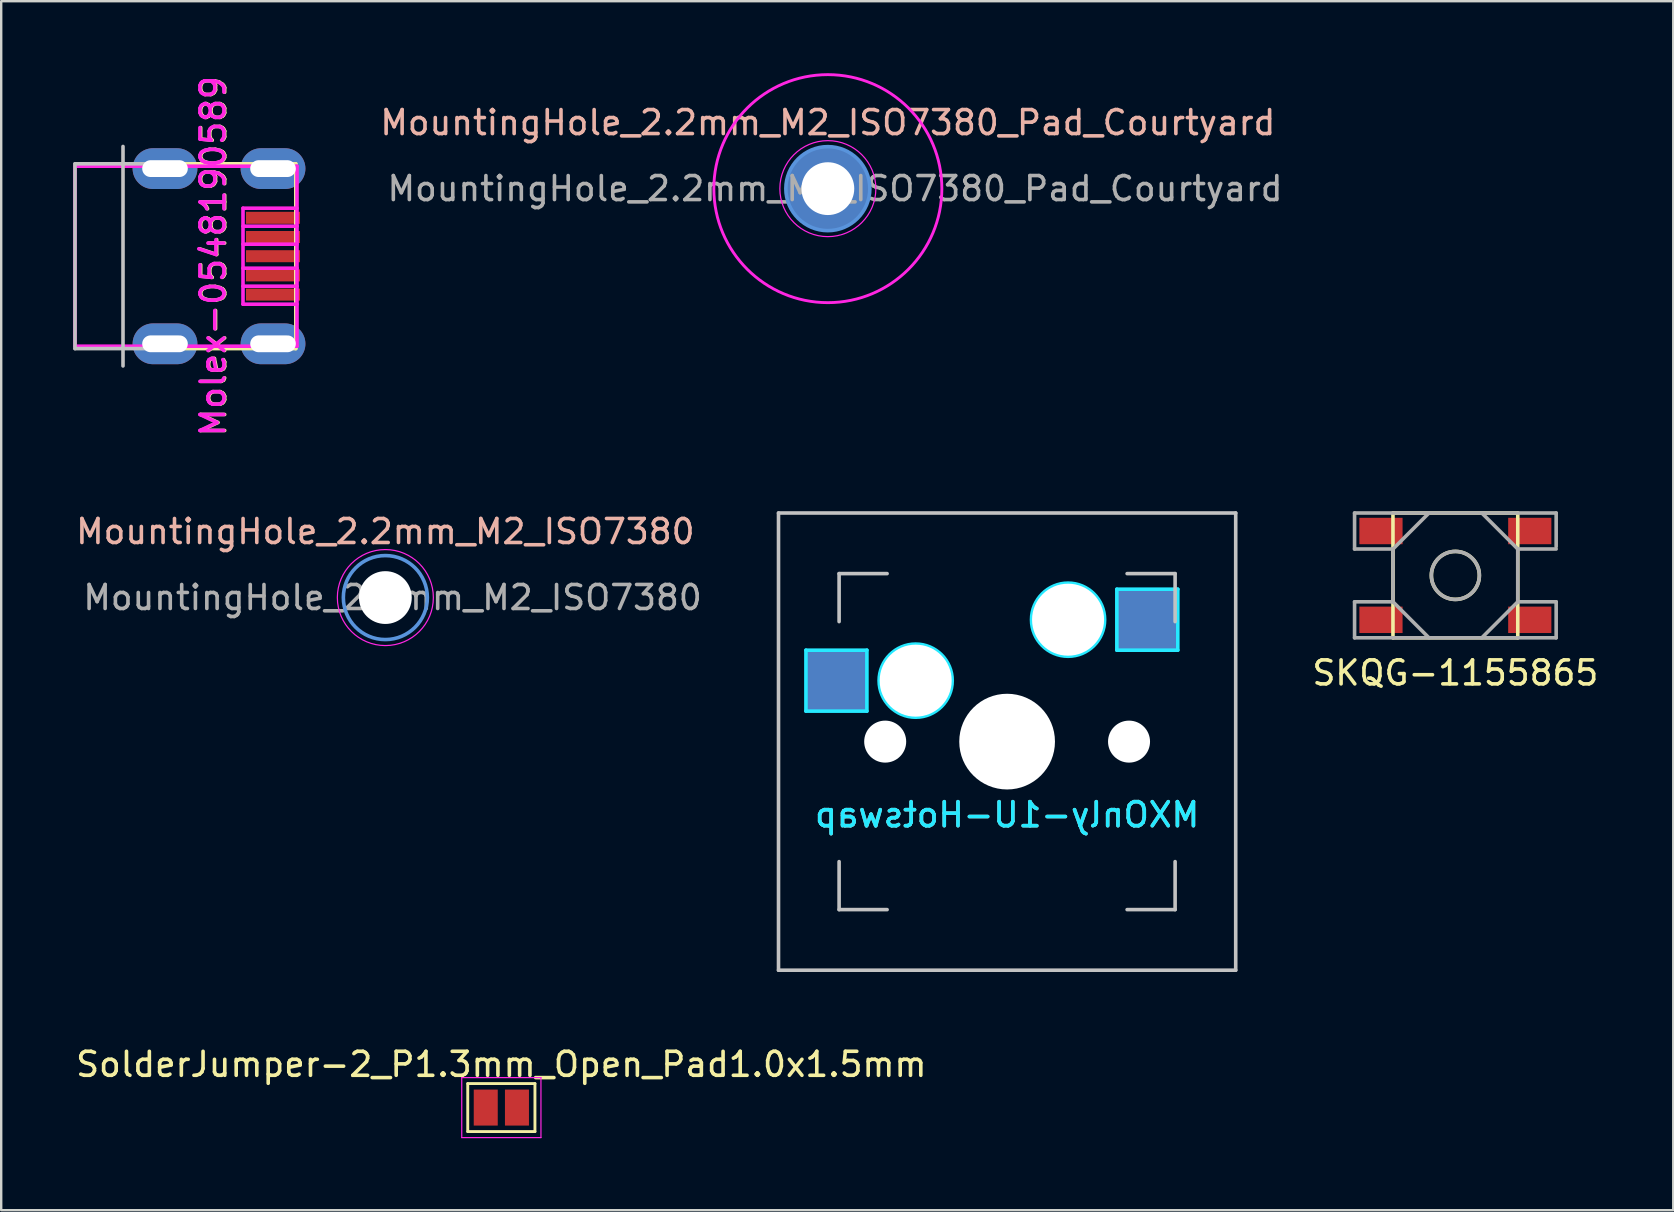
<source format=kicad_pcb>
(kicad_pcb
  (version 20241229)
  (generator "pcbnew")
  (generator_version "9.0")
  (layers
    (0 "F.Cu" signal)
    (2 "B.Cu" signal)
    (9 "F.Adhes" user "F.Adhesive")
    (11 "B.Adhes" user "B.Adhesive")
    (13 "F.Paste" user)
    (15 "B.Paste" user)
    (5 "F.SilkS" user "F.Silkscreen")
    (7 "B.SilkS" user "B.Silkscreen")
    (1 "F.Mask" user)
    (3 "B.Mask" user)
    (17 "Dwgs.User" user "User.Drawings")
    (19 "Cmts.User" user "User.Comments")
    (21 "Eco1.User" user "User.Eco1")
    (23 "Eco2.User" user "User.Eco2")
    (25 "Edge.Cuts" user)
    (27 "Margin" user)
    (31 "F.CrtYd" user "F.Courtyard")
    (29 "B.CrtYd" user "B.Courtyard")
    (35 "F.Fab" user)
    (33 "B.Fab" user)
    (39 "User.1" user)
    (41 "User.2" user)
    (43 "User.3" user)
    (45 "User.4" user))
  (footprint "MountingHole_2.2mm_M2_ISO7380"
    (layer "F.Cu")
    (at 13.006 21.848)
    (property "Reference" "MountingHole_2.2mm_M2_ISO7380" (at 0 -2.75 0) (layer "B.SilkS") (effects (font (size 1 1) (thickness 0.15))))
    (attr exclude_from_pos_files exclude_from_bom)
    (fp_circle (center 0 0) (end 1.75 0) (stroke (width 0.15) (type solid)) (fill no) (layer "Cmts.User"))
    (fp_circle (center 0 0) (end 2 0) (stroke (width 0.05) (type solid)) (fill no) (layer "F.CrtYd"))
    (fp_text user "${REFERENCE}" (at 0.3 0 0) (layer "F.Fab") (effects (font (size 1 1) (thickness 0.15))))
    (pad "" np_thru_hole circle (at 0 0) (size 2.2 2.2) (drill 2.2) (layers "*.Cu" "*.Mask")))
  (footprint "SolderJumper-2_P1.3mm_Open_Pad1.0x1.5mm"
    (layer "F.Cu")
    (at 17.839 43.098)
    (property "Reference" "SolderJumper-2_P1.3mm_Open_Pad1.0x1.5mm" (at 0 -1.8 0) (layer "F.SilkS") (effects (font (size 1 1) (thickness 0.15))))
    (attr exclude_from_pos_files exclude_from_bom)
    (fp_line (start -1.4 -1) (end 1.4 -1) (stroke (width 0.12) (type solid)) (layer "F.SilkS"))
    (fp_line (start -1.4 1) (end -1.4 -1) (stroke (width 0.12) (type solid)) (layer "F.SilkS"))
    (fp_line (start 1.4 -1) (end 1.4 1) (stroke (width 0.12) (type solid)) (layer "F.SilkS"))
    (fp_line (start 1.4 1) (end -1.4 1) (stroke (width 0.12) (type solid)) (layer "F.SilkS"))
    (fp_line (start -1.65 -1.25) (end -1.65 1.25) (stroke (width 0.05) (type solid)) (layer "F.CrtYd"))
    (fp_line (start -1.65 -1.25) (end 1.65 -1.25) (stroke (width 0.05) (type solid)) (layer "F.CrtYd"))
    (fp_line (start 1.65 1.25) (end -1.65 1.25) (stroke (width 0.05) (type solid)) (layer "F.CrtYd"))
    (fp_line (start 1.65 1.25) (end 1.65 -1.25) (stroke (width 0.05) (type solid)) (layer "F.CrtYd"))
    (pad "1" smd rect (at -0.65 0) (size 1 1.5) (layers "F.Cu" "F.Mask"))
    (pad "2" smd rect (at 0.65 0) (size 1 1.5) (layers "F.Cu" "F.Mask")))
  (footprint "Molex-0548190589"
    (layer "F.Cu")
    (at 3.825 7.625)
    (property "Reference" "Molex-0548190589" (at 2.032 0 90) (layer "F.SilkS") (effects (font (size 1 1) (thickness 0.15))))
    (attr smd)
    (fp_line (start 0 -3.85) (end 5.45 -3.85) (stroke (width 0.15) (type solid)) (layer "F.SilkS"))
    (fp_line (start 0 3.85) (end 5.45 3.85) (stroke (width 0.15) (type solid)) (layer "F.SilkS"))
    (fp_line (start 5.45 -3.85) (end 5.45 3.85) (stroke (width 0.15) (type solid)) (layer "F.SilkS"))
    (fp_line (start -3.75 -3.85) (end -3.75 3.85) (stroke (width 0.15) (type solid)) (layer "Dwgs.User"))
    (fp_line (start -3.75 -3.85) (end 0 -3.85) (stroke (width 0.15) (type solid)) (layer "Dwgs.User"))
    (fp_line (start -3.75 3.85) (end 0 3.85) (stroke (width 0.15) (type solid)) (layer "Dwgs.User"))
    (fp_line (start -1.75 -4.572) (end -1.75 4.572) (stroke (width 0.15) (type solid)) (layer "Dwgs.User"))
    (fp_line (start -3.75 -3.75) (end 5.5 -3.75) (stroke (width 0.15) (type solid)) (layer "F.CrtYd"))
    (fp_line (start -3.75 3.75) (end -3.75 -3.75) (stroke (width 0.15) (type solid)) (layer "F.CrtYd"))
    (fp_line (start 3.25 -2) (end 3.25 2) (stroke (width 0.15) (type solid)) (layer "F.CrtYd"))
    (fp_line (start 3.25 -1.25) (end 5.5 -1.25) (stroke (width 0.15) (type solid)) (layer "F.CrtYd"))
    (fp_line (start 3.25 0.5) (end 5.5 0.5) (stroke (width 0.15) (type solid)) (layer "F.CrtYd"))
    (fp_line (start 3.25 2) (end 5.5 2) (stroke (width 0.15) (type solid)) (layer "F.CrtYd"))
    (fp_line (start 5.5 -3.75) (end 5.5 3.75) (stroke (width 0.15) (type solid)) (layer "F.CrtYd"))
    (fp_line (start 5.5 -2) (end 3.25 -2) (stroke (width 0.15) (type solid)) (layer "F.CrtYd"))
    (fp_line (start 5.5 -0.5) (end 3.25 -0.5) (stroke (width 0.15) (type solid)) (layer "F.CrtYd"))
    (fp_line (start 5.5 1.25) (end 3.25 1.25) (stroke (width 0.15) (type solid)) (layer "F.CrtYd"))
    (fp_line (start 5.5 3.75) (end -3.75 3.75) (stroke (width 0.15) (type solid)) (layer "F.CrtYd"))
    (fp_text user "${REFERENCE}" (at 2 0 90) (layer "F.CrtYd") (effects (font (size 1 1) (thickness 0.15))))
    (pad "1" smd rect (at 4.5 1.6) (size 2.25 0.5) (layers "F.Cu" "F.Mask" "F.Paste"))
    (pad "2" smd rect (at 4.5 0.8) (size 2.25 0.5) (layers "F.Cu" "F.Mask" "F.Paste"))
    (pad "3" smd rect (at 4.5 0) (size 2.25 0.5) (layers "F.Cu" "F.Mask" "F.Paste"))
    (pad "4" smd rect (at 4.5 -0.8) (size 2.25 0.5) (layers "F.Cu" "F.Mask" "F.Paste"))
    (pad "5" smd rect (at 4.5 -1.6) (size 2.25 0.5) (layers "F.Cu" "F.Mask" "F.Paste"))
    (pad "6" thru_hole oval (at 0 -3.65) (size 2.7 1.7) (drill oval 1.9 0.7) (layers "*.Cu" "*.Mask"))
    (pad "6" thru_hole oval (at 0 3.65) (size 2.7 1.7) (drill oval 1.9 0.7) (layers "*.Cu" "*.Mask"))
    (pad "6" thru_hole oval (at 4.5 -3.65) (size 2.7 1.7) (drill oval 1.9 0.7) (layers "*.Cu" "*.Mask"))
    (pad "6" thru_hole oval (at 4.5 3.65) (size 2.7 1.7) (drill oval 1.9 0.7) (layers "*.Cu" "*.Mask")))
  (footprint "MountingHole_2.2mm_M2_ISO7380_Pad_Courtyard"
    (layer "F.Cu")
    (at 31.443 4.81)
    (property "Reference" "MountingHole_2.2mm_M2_ISO7380_Pad_Courtyard" (at 0 -2.75 0) (layer "B.SilkS") (effects (font (size 1 1) (thickness 0.15))))
    (attr exclude_from_pos_files exclude_from_bom)
    (fp_circle (center 0 0) (end 1.75 0) (stroke (width 0.15) (type solid)) (fill no) (layer "Cmts.User"))
    (fp_circle (center 0 0) (end 2 0) (stroke (width 0.05) (type solid)) (fill no) (layer "F.CrtYd"))
    (fp_circle (center 0 0) (end 4.75 0) (stroke (width 0.12) (type solid)) (fill no) (layer "F.CrtYd"))
    (fp_text user "${REFERENCE}" (at 0.3 0 0) (layer "F.Fab") (effects (font (size 1 1) (thickness 0.15))))
    (pad "1" thru_hole circle (at 0 0) (size 3.5 3.5) (drill 2.2) (layers "*.Cu" "*.Mask")))
  (footprint "SKQG-1155865"
    (layer "F.Cu")
    (at 57.589 20.925)
    (property "Reference" "SKQG-1155865" (at 0 4.064 0) (layer "F.SilkS") (effects (font (size 1 1) (thickness 0.15))))
    (attr smd)
    (fp_line (start -2.6 -2.6) (end 2.6 -2.6) (stroke (width 0.15) (type solid)) (layer "F.SilkS"))
    (fp_line (start -2.6 2.6) (end -2.6 -2.6) (stroke (width 0.15) (type solid)) (layer "F.SilkS"))
    (fp_line (start 2.6 -2.6) (end 2.6 2.6) (stroke (width 0.15) (type solid)) (layer "F.SilkS"))
    (fp_line (start 2.6 2.6) (end -2.6 2.6) (stroke (width 0.15) (type solid)) (layer "F.SilkS"))
    (fp_circle (center 0 0) (end 1 0) (stroke (width 0.15) (type solid)) (fill no) (layer "F.SilkS"))
    (fp_line (start -4.2 -2.6) (end 4.2 -2.6) (stroke (width 0.15) (type solid)) (layer "F.Fab"))
    (fp_line (start -4.2 -1.1) (end -4.2 -2.6) (stroke (width 0.15) (type solid)) (layer "F.Fab"))
    (fp_line (start -4.2 1.1) (end -2.6 1.1) (stroke (width 0.15) (type solid)) (layer "F.Fab"))
    (fp_line (start -4.2 2.6) (end -4.2 1.1) (stroke (width 0.15) (type solid)) (layer "F.Fab"))
    (fp_line (start -2.6 -1.1) (end -4.2 -1.1) (stroke (width 0.15) (type solid)) (layer "F.Fab"))
    (fp_line (start -2.6 -1.1) (end -1.1 -2.6) (stroke (width 0.15) (type solid)) (layer "F.Fab"))
    (fp_line (start -2.6 1.1) (end -2.6 -1.1) (stroke (width 0.15) (type solid)) (layer "F.Fab"))
    (fp_line (start -2.6 1.1) (end -1.1 2.6) (stroke (width 0.15) (type solid)) (layer "F.Fab"))
    (fp_line (start 2.6 -1.1) (end 1.1 -2.6) (stroke (width 0.15) (type solid)) (layer "F.Fab"))
    (fp_line (start 2.6 -1.1) (end 2.6 1.1) (stroke (width 0.15) (type solid)) (layer "F.Fab"))
    (fp_line (start 2.6 1.1) (end 1.1 2.6) (stroke (width 0.15) (type solid)) (layer "F.Fab"))
    (fp_line (start 2.6 1.1) (end 4.2 1.1) (stroke (width 0.15) (type solid)) (layer "F.Fab"))
    (fp_line (start 4.2 -2.6) (end 4.2 -1.2) (stroke (width 0.15) (type solid)) (layer "F.Fab"))
    (fp_line (start 4.2 -1.1) (end 2.6 -1.1) (stroke (width 0.15) (type solid)) (layer "F.Fab"))
    (fp_line (start 4.2 1.1) (end 4.2 2.6) (stroke (width 0.15) (type solid)) (layer "F.Fab"))
    (fp_line (start 4.2 2.6) (end -4.2 2.6) (stroke (width 0.15) (type solid)) (layer "F.Fab"))
    (fp_circle (center 0 0) (end 1 0) (stroke (width 0.15) (type solid)) (fill no) (layer "F.Fab"))
    (pad "1" smd rect (at 3.1 1.85) (size 1.8 1.1) (layers "F.Cu" "F.Mask" "F.Paste"))
    (pad "2" smd rect (at -3.1 -1.85) (size 1.8 1.1) (layers "F.Cu" "F.Mask" "F.Paste"))
    (pad "3" smd rect (at 3.1 -1.85) (size 1.8 1.1) (layers "F.Cu" "F.Mask" "F.Paste"))
    (pad "4" smd rect (at -3.1 1.85) (size 1.8 1.1) (layers "F.Cu" "F.Mask" "F.Paste")))
  (footprint "MXOnly-1U-Hotswap"
    (layer "F.Cu")
    (at 38.912 27.85)
    (property "Reference" "MXOnly-1U-Hotswap" (at 0 3.048 0) (layer "B.CrtYd") (effects (font (size 1 1) (thickness 0.15)) (justify mirror)))
    (attr smd)
    (fp_line (start -9.525 -9.525) (end 9.525 -9.525) (stroke (width 0.15) (type solid)) (layer "Dwgs.User"))
    (fp_line (start -9.525 9.525) (end -9.525 -9.525) (stroke (width 0.15) (type solid)) (layer "Dwgs.User"))
    (fp_line (start -7 -7) (end -7 -5) (stroke (width 0.15) (type solid)) (layer "Dwgs.User"))
    (fp_line (start -7 5) (end -7 7) (stroke (width 0.15) (type solid)) (layer "Dwgs.User"))
    (fp_line (start -7 7) (end -5 7) (stroke (width 0.15) (type solid)) (layer "Dwgs.User"))
    (fp_line (start -5 -7) (end -7 -7) (stroke (width 0.15) (type solid)) (layer "Dwgs.User"))
    (fp_line (start 5 -7) (end 7 -7) (stroke (width 0.15) (type solid)) (layer "Dwgs.User"))
    (fp_line (start 5 7) (end 7 7) (stroke (width 0.15) (type solid)) (layer "Dwgs.User"))
    (fp_line (start 7 -7) (end 7 -5) (stroke (width 0.15) (type solid)) (layer "Dwgs.User"))
    (fp_line (start 7 7) (end 7 5) (stroke (width 0.15) (type solid)) (layer "Dwgs.User"))
    (fp_line (start 9.525 -9.525) (end 9.525 9.525) (stroke (width 0.15) (type solid)) (layer "Dwgs.User"))
    (fp_line (start 9.525 9.525) (end -9.525 9.525) (stroke (width 0.15) (type solid)) (layer "Dwgs.User"))
    (fp_line (start -8.382 -3.81) (end -8.382 -1.27) (stroke (width 0.15) (type solid)) (layer "B.CrtYd"))
    (fp_line (start -8.382 -1.27) (end -5.842 -1.27) (stroke (width 0.15) (type solid)) (layer "B.CrtYd"))
    (fp_line (start -5.842 -3.81) (end -8.382 -3.81) (stroke (width 0.15) (type solid)) (layer "B.CrtYd"))
    (fp_line (start -5.842 -1.27) (end -5.842 -3.81) (stroke (width 0.15) (type solid)) (layer "B.CrtYd"))
    (fp_line (start 4.572 -6.35) (end 7.112 -6.35) (stroke (width 0.15) (type solid)) (layer "B.CrtYd"))
    (fp_line (start 4.572 -3.81) (end 4.572 -6.35) (stroke (width 0.15) (type solid)) (layer "B.CrtYd"))
    (fp_line (start 7.112 -6.35) (end 7.112 -3.81) (stroke (width 0.15) (type solid)) (layer "B.CrtYd"))
    (fp_line (start 7.112 -3.81) (end 4.572 -3.81) (stroke (width 0.15) (type solid)) (layer "B.CrtYd"))
    (fp_circle (center -3.81 -2.54) (end -3.81 -4.064) (stroke (width 0.15) (type solid)) (fill no) (layer "B.CrtYd"))
    (fp_circle (center 2.54 -5.08) (end 2.54 -6.604) (stroke (width 0.15) (type solid)) (fill no) (layer "B.CrtYd"))
    (fp_text user "${REFERENCE}" (at 0 3.048 0) (layer "B.SilkS") (effects (font (size 1 1) (thickness 0.15)) (justify mirror)))
    (pad "" np_thru_hole circle (at -5.08 0 48.1) (size 1.75 1.75) (drill 1.75) (layers "*.Cu" "*.Mask"))
    (pad "" np_thru_hole circle (at -3.81 -2.54) (size 3 3) (drill 3) (layers "*.Cu" "*.Mask"))
    (pad "" np_thru_hole circle (at 0 0) (size 3.988 3.988) (drill 3.988) (layers "*.Cu" "*.Mask"))
    (pad "" np_thru_hole circle (at 2.54 -5.08) (size 3 3) (drill 3) (layers "*.Cu" "*.Mask"))
    (pad "" np_thru_hole circle (at 5.08 0 48.1) (size 1.75 1.75) (drill 1.75) (layers "*.Cu" "*.Mask"))
    (pad "1" smd rect (at -7.085 -2.54) (size 2.55 2.5) (layers "B.Cu" "B.Mask" "B.Paste"))
    (pad "2" smd rect (at 5.842 -5.08) (size 2.55 2.5) (layers "B.Cu" "B.Mask" "B.Paste")))
  (gr_rect
    (start -3 -3)
    (end 66.667 47.373)
    (stroke (width 0.1) (type default))
    (fill no)
    (layer "Edge.Cuts")))
</source>
